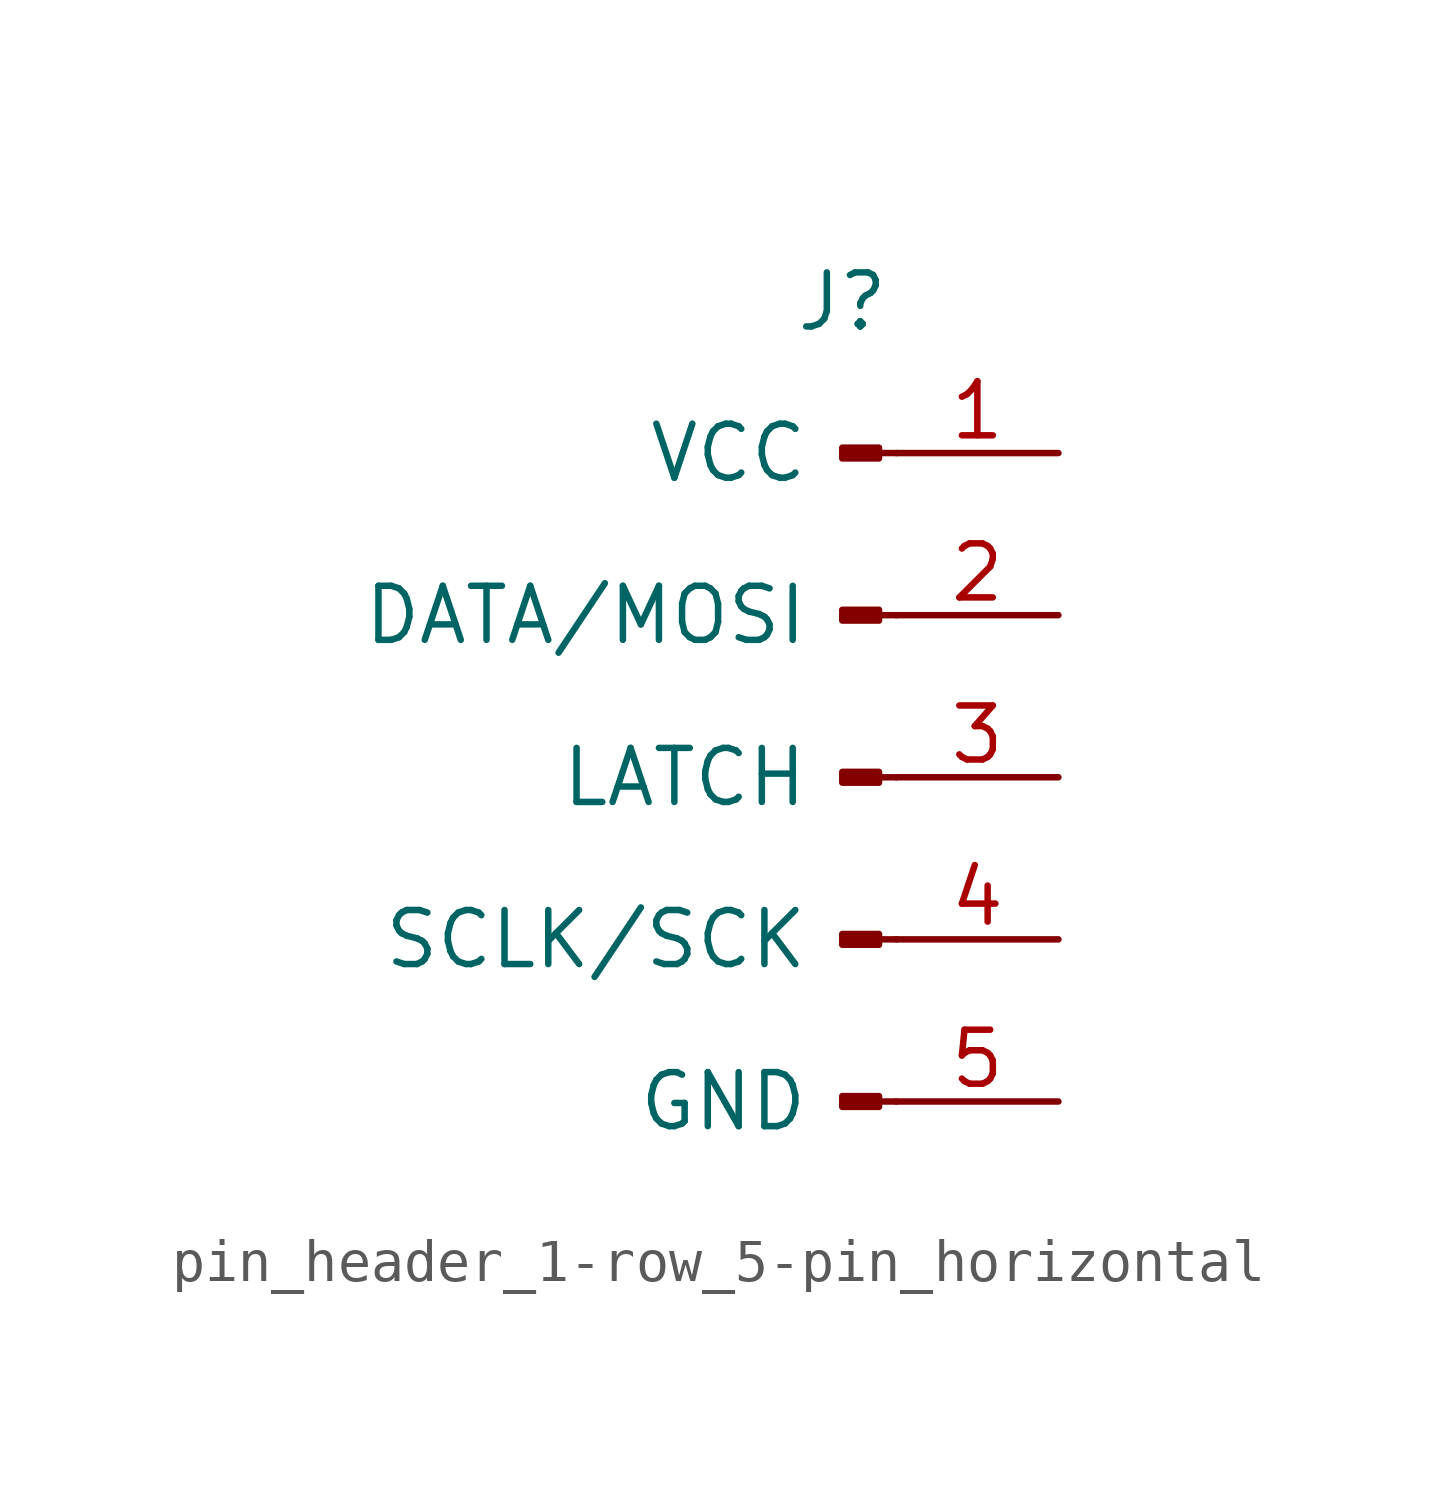
<source format=kicad_sym>
(kicad_symbol_lib
  (version 20241209)
  (generator "kicad_symbol_editor")
  (generator_version "9.0")
  (symbol "pin_header_1-row_5-pin_horizontal"
    (pin_names
      (offset 2.032))
    (property "Reference" "J"
      (at 0 13.716 0)
      (effects (font (size 1.27 1.27))))
    (symbol "pin_header_1-row_5-pin_horizontal_1_1"
      (rectangle (start 0.864 10.287) (end 0 10.033) (stroke (width 0.152) (type default)) (fill (type outline)))
      (rectangle (start 0.864 6.477) (end 0 6.223) (stroke (width 0.152) (type default)) (fill (type outline)))
      (rectangle (start 0.864 2.667) (end 0 2.413) (stroke (width 0.152) (type default)) (fill (type outline)))
      (rectangle (start 0.864 -1.143) (end 0 -1.397) (stroke (width 0.152) (type default)) (fill (type outline)))
      (rectangle (start 0.864 -4.953) (end 0 -5.207) (stroke (width 0.152) (type default)) (fill (type outline)))
      (polyline (pts (xy 1.27 10.16) (xy 0.864 10.16)) (stroke (width 0.152) (type default)) (fill (type none)))
      (polyline (pts (xy 1.27 6.35) (xy 0.864 6.35)) (stroke (width 0.152) (type default)) (fill (type none)))
      (polyline (pts (xy 1.27 2.54) (xy 0.864 2.54)) (stroke (width 0.152) (type default)) (fill (type none)))
      (polyline (pts (xy 1.27 -1.27) (xy 0.864 -1.27)) (stroke (width 0.152) (type default)) (fill (type none)))
      (polyline (pts (xy 1.27 -5.08) (xy 0.864 -5.08)) (stroke (width 0.152) (type default)) (fill (type none)))
      (pin power_out line (at 5.08 10.16 180) (length 3.81) (name "VCC" (effects (font (size 1.27 1.27)))) (number "1" (effects (font (size 1.27 1.27)))))
      (pin output line (at 5.08 6.35 180) (length 3.81) (name "DATA/MOSI" (effects (font (size 1.27 1.27)))) (number "2" (effects (font (size 1.27 1.27)))))
      (pin output line (at 5.08 2.54 180) (length 3.81) (name "LATCH" (effects (font (size 1.27 1.27)))) (number "3" (effects (font (size 1.27 1.27)))))
      (pin output line (at 5.08 -1.27 180) (length 3.81) (name "SCLK/SCK" (effects (font (size 1.27 1.27)))) (number "4" (effects (font (size 1.27 1.27)))))
      (pin power_out line (at 5.08 -5.08 180) (length 3.81) (name "GND" (effects (font (size 1.27 1.27)))) (number "5" (effects (font (size 1.27 1.27))))))))
</source>
